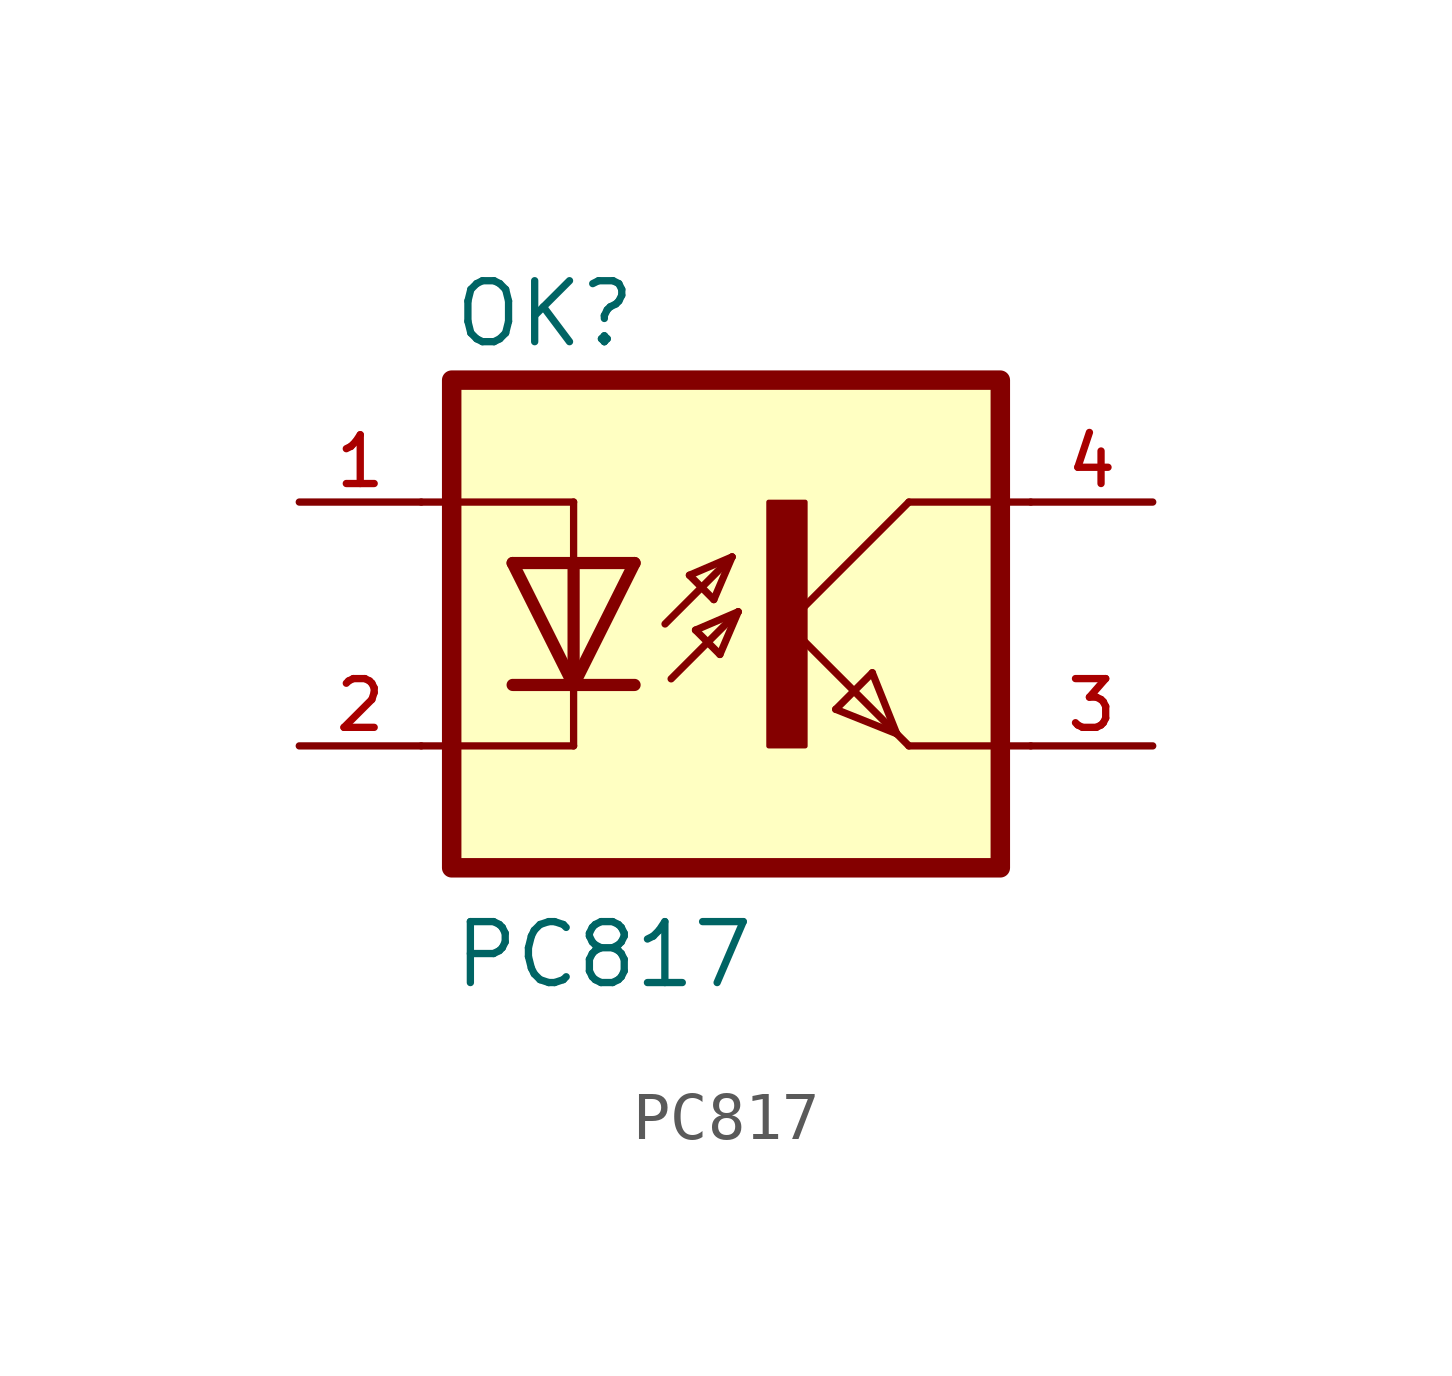
<source format=kicad_sym>
(kicad_symbol_lib
  (version 20211014)
  (generator kicad_symbol_editor)
  (symbol "PC817"
    (pin_names
      (offset 1.016))
    (property "Reference" "OK"
      (at -6.989 5.718 0)
      (effects (font (size 1.27 1.27)) (justify bottom left)))
    (property "Value" "PC817"
      (at -6.998 -7.634 0)
      (effects (font (size 1.27 1.27)) (justify bottom left)))
    (symbol "PC817_0_0"
      (polyline (pts (xy -2.413 -1.143) (xy -1.016 0.254)) (stroke (width 0.152)))
      (polyline (pts (xy -1.016 0.254) (xy -1.905 -0.127)) (stroke (width 0.152)))
      (polyline (pts (xy -1.905 -0.127) (xy -1.397 -0.635)) (stroke (width 0.152)))
      (polyline (pts (xy -1.397 -0.635) (xy -1.016 0.254)) (stroke (width 0.152)))
      (polyline (pts (xy -1.143 1.397) (xy -2.032 1.016)) (stroke (width 0.152)))
      (polyline (pts (xy -2.032 1.016) (xy -1.524 0.508)) (stroke (width 0.152)))
      (polyline (pts (xy -1.524 0.508) (xy -1.143 1.397)) (stroke (width 0.152)))
      (polyline (pts (xy -2.54 0.0) (xy -1.143 1.397)) (stroke (width 0.152)))
      (polyline (pts (xy -3.175 1.27) (xy -4.445 -1.27)) (stroke (width 0.254)))
      (polyline (pts (xy -4.445 -1.27) (xy -5.715 1.27)) (stroke (width 0.254)))
      (polyline (pts (xy -3.175 -1.27) (xy -4.445 -1.27)) (stroke (width 0.254)))
      (polyline (pts (xy -4.445 -1.27) (xy -5.715 -1.27)) (stroke (width 0.254)))
      (polyline (pts (xy -3.175 1.27) (xy -4.445 1.27)) (stroke (width 0.254)))
      (polyline (pts (xy -4.445 1.27) (xy -4.445 -1.27)) (stroke (width 0.254)))
      (polyline (pts (xy -4.445 1.27) (xy -5.715 1.27)) (stroke (width 0.254)))
      (polyline (pts (xy -4.445 2.54) (xy -4.445 1.27)) (stroke (width 0.152)))
      (polyline (pts (xy -4.445 -1.27) (xy -4.445 -2.54)) (stroke (width 0.152)))
      (polyline (pts (xy -4.445 2.54) (xy -7.62 2.54)) (stroke (width 0.152)))
      (polyline (pts (xy -4.445 -2.54) (xy -7.62 -2.54)) (stroke (width 0.152)))
      (polyline (pts (xy 2.54 2.54) (xy 0.0 0.0)) (stroke (width 0.152)))
      (polyline (pts (xy 0.0 0.0) (xy 2.286 -2.286)) (stroke (width 0.152)))
      (polyline (pts (xy 2.54 -2.54) (xy 5.08 -2.54)) (stroke (width 0.152)))
      (polyline (pts (xy 2.54 2.54) (xy 5.08 2.54)) (stroke (width 0.152)))
      (polyline (pts (xy 1.778 -1.016) (xy 2.286 -2.286)) (stroke (width 0.152)))
      (polyline (pts (xy 2.286 -2.286) (xy 2.54 -2.54)) (stroke (width 0.152)))
      (polyline (pts (xy 2.286 -2.286) (xy 1.016 -1.778)) (stroke (width 0.152)))
      (polyline (pts (xy 1.016 -1.778) (xy 1.778 -1.016)) (stroke (width 0.152)))
      (rectangle (start -0.381 -2.543) (end 0.381 2.54) (stroke (width 0.1)) (fill (type outline)))
      (rectangle (start -6.985 -5.08) (end 4.445 5.08) (stroke (width 0.406)) (fill (type background)))
      (pin passive line (at -10.16 2.54 0) (length 2.54) (name "~" (effects (font (size 1.016 1.016)))) (number "1" (effects (font (size 1.016 1.016)))))
      (pin passive line (at -10.16 -2.54 0) (length 2.54) (name "~" (effects (font (size 1.016 1.016)))) (number "2" (effects (font (size 1.016 1.016)))))
      (pin passive line (at 7.62 -2.54 180.0) (length 2.54) (name "~" (effects (font (size 1.016 1.016)))) (number "3" (effects (font (size 1.016 1.016)))))
      (pin passive line (at 7.62 2.54 180.0) (length 2.54) (name "~" (effects (font (size 1.016 1.016)))) (number "4" (effects (font (size 1.016 1.016))))))))
</source>
